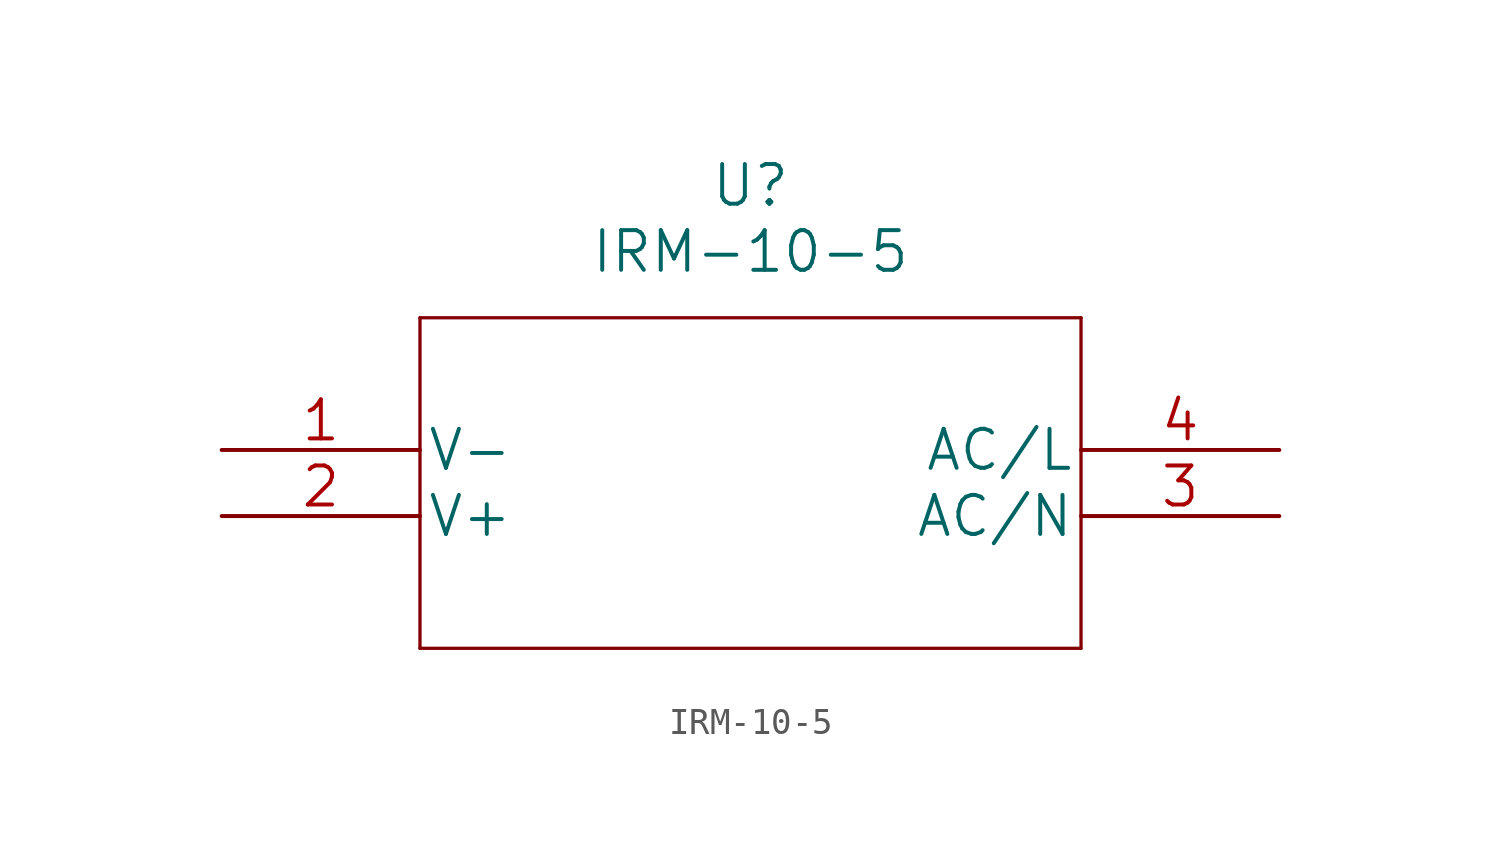
<source format=kicad_sym>
(kicad_symbol_lib
  (version 20211014)
  (generator kicad_symbol_editor)
  (symbol "IRM-10-5"
    (pin_names
      (offset 0.254))
    (property "Reference" "U"
      (at 20.32 10.16 0)
      (effects (font (size 1.524 1.524))))
    (property "Value" "IRM-10-5"
      (at 20.32 7.62 0)
      (effects (font (size 1.524 1.524))))
    (property "Datasheet" ""
      (at 0 0 0)
      (effects (font (size 1.524 1.524))))
    (property "ki_locked" ""
      (at 0 0 0)
      (effects (font (size 1.27 1.27))))
    (symbol "IRM-10-5_1_1"
      (polyline (pts (xy 7.62 -7.62) (xy 33.02 -7.62)) (stroke (width 0.127) (type default) (color 0 0 0 0)) (fill (type none)))
      (polyline (pts (xy 7.62 5.08) (xy 7.62 -7.62)) (stroke (width 0.127) (type default) (color 0 0 0 0)) (fill (type none)))
      (polyline (pts (xy 33.02 -7.62) (xy 33.02 5.08)) (stroke (width 0.127) (type default) (color 0 0 0 0)) (fill (type none)))
      (polyline (pts (xy 33.02 5.08) (xy 7.62 5.08)) (stroke (width 0.127) (type default) (color 0 0 0 0)) (fill (type none)))
      (pin power_in line (at 0 0 0) (length 7.62) (name "V-" (effects (font (size 1.499 1.499)))) (number "1" (effects (font (size 1.499 1.499)))))
      (pin power_in line (at 0 -2.54 0) (length 7.62) (name "V+" (effects (font (size 1.499 1.499)))) (number "2" (effects (font (size 1.499 1.499)))))
      (pin unspecified line (at 40.64 -2.54 180) (length 7.62) (name "AC/N" (effects (font (size 1.499 1.499)))) (number "3" (effects (font (size 1.499 1.499)))))
      (pin unspecified line (at 40.64 0 180) (length 7.62) (name "AC/L" (effects (font (size 1.499 1.499)))) (number "4" (effects (font (size 1.499 1.499))))))))
</source>
